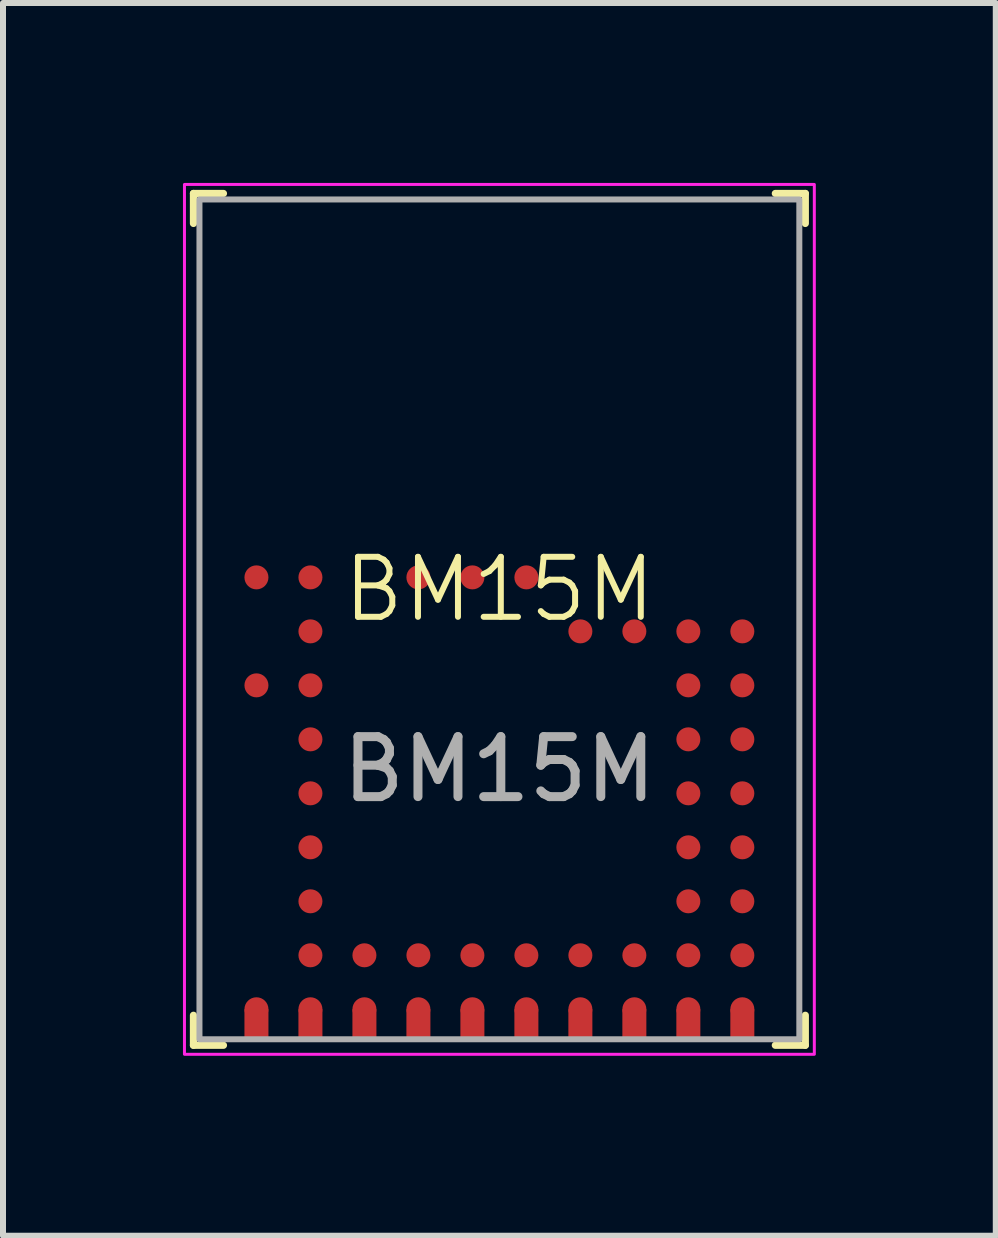
<source format=kicad_pcb>
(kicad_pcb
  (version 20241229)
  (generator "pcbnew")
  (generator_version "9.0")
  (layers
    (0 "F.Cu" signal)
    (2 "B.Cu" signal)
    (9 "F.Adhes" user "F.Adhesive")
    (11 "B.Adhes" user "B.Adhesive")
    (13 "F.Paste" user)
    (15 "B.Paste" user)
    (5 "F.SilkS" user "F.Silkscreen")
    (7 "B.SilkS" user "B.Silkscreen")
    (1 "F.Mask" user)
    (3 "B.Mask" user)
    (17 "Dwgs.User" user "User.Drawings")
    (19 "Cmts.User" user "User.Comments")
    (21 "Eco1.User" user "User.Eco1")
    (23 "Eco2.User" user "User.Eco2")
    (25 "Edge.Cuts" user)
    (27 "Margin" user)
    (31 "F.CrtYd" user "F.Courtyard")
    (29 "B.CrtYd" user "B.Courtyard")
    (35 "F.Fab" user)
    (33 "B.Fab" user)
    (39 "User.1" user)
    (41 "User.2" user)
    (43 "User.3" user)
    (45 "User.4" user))
  (footprint "BM15M"
    (layer "F.Cu")
    (at 5.275 7.275)
    (property "Reference" "BM15M" (at 0 -0.5 0) (unlocked yes) (layer "F.SilkS") (effects (font (size 1 1) (thickness 0.1))))
    (attr smd)
    (fp_line (start -5.1 -6.6) (end -5.1 -7.1) (stroke (width 0.12) (type default)) (layer "F.SilkS"))
    (fp_line (start -5.1 6.6) (end -5.1 7.1) (stroke (width 0.12) (type default)) (layer "F.SilkS"))
    (fp_line (start -4.6 -7.1) (end -5.1 -7.1) (stroke (width 0.12) (type default)) (layer "F.SilkS"))
    (fp_line (start -4.6 7.1) (end -5.1 7.1) (stroke (width 0.12) (type default)) (layer "F.SilkS"))
    (fp_line (start 4.6 -7.1) (end 5.1 -7.1) (stroke (width 0.12) (type default)) (layer "F.SilkS"))
    (fp_line (start 4.6 7.1) (end 5.1 7.1) (stroke (width 0.12) (type default)) (layer "F.SilkS"))
    (fp_line (start 5.1 -6.6) (end 5.1 -7.1) (stroke (width 0.12) (type default)) (layer "F.SilkS"))
    (fp_line (start 5.1 6.6) (end 5.1 7.1) (stroke (width 0.12) (type default)) (layer "F.SilkS"))
    (fp_rect (start -5.25 -7.25) (end 5.25 7.25) (stroke (width 0.05) (type solid)) (fill no) (layer "F.CrtYd"))
    (fp_rect (start -5 -7) (end 5 7) (stroke (width 0.1) (type solid)) (fill no) (layer "F.Fab"))
    (fp_text user "${REFERENCE}" (at 0 2.5 0) (unlocked yes) (layer "F.Fab") (effects (font (size 1 1) (thickness 0.15))))
    (pad "A1" smd circle (at -4.05 -0.7) (size 0.4 0.4) (layers "F.Cu" "F.Mask" "F.Paste"))
    (pad "A3" smd circle (at -4.05 1.1) (size 0.4 0.4) (layers "F.Cu" "F.Mask" "F.Paste"))
    (pad "A9" smd circle (at -4.05 6.5) (size 0.4 0.4) (layers "F.Cu" "F.Mask" "F.Paste"))
    (pad "A9" smd rect (at -4.05 6.75) (size 0.4 0.5) (layers "F.Cu" "F.Mask" "F.Paste"))
    (pad "B1" smd circle (at -3.15 -0.7) (size 0.4 0.4) (layers "F.Cu" "F.Mask" "F.Paste"))
    (pad "B2" smd circle (at -3.15 0.2) (size 0.4 0.4) (layers "F.Cu" "F.Mask" "F.Paste"))
    (pad "B3" smd circle (at -3.15 1.1) (size 0.4 0.4) (layers "F.Cu" "F.Mask" "F.Paste"))
    (pad "B4" smd circle (at -3.15 2 90) (size 0.4 0.4) (layers "F.Cu" "F.Mask" "F.Paste"))
    (pad "B5" smd circle (at -3.15 2.9 90) (size 0.4 0.4) (layers "F.Cu" "F.Mask" "F.Paste"))
    (pad "B6" smd circle (at -3.15 3.8) (size 0.4 0.4) (layers "F.Cu" "F.Mask" "F.Paste"))
    (pad "B7" smd circle (at -3.15 4.7 90) (size 0.4 0.4) (layers "F.Cu" "F.Mask" "F.Paste"))
    (pad "B8" smd circle (at -3.15 5.6 90) (size 0.4 0.4) (layers "F.Cu" "F.Mask" "F.Paste"))
    (pad "B9" smd circle (at -3.15 6.5) (size 0.4 0.4) (layers "F.Cu" "F.Mask" "F.Paste"))
    (pad "B9" smd rect (at -3.15 6.75) (size 0.4 0.5) (layers "F.Cu" "F.Mask" "F.Paste"))
    (pad "C8" smd circle (at -2.25 5.6) (size 0.4 0.4) (layers "F.Cu" "F.Mask" "F.Paste"))
    (pad "C9" smd circle (at -2.25 6.5) (size 0.4 0.4) (layers "F.Cu" "F.Mask" "F.Paste"))
    (pad "C9" smd rect (at -2.25 6.75) (size 0.4 0.5) (layers "F.Cu" "F.Mask" "F.Paste"))
    (pad "D1" smd circle (at -1.35 -0.7) (size 0.4 0.4) (layers "F.Cu" "F.Mask" "F.Paste"))
    (pad "D8" smd circle (at -1.35 5.6) (size 0.4 0.4) (layers "F.Cu" "F.Mask" "F.Paste"))
    (pad "D9" smd circle (at -1.35 6.5) (size 0.4 0.4) (layers "F.Cu" "F.Mask" "F.Paste"))
    (pad "D9" smd rect (at -1.35 6.75) (size 0.4 0.5) (layers "F.Cu" "F.Mask" "F.Paste"))
    (pad "E1" smd circle (at -0.45 -0.7) (size 0.4 0.4) (layers "F.Cu" "F.Mask" "F.Paste"))
    (pad "E8" smd circle (at -0.45 5.6 270) (size 0.4 0.4) (layers "F.Cu" "F.Mask" "F.Paste"))
    (pad "E9" smd circle (at -0.45 6.5) (size 0.4 0.4) (layers "F.Cu" "F.Mask" "F.Paste"))
    (pad "E9" smd rect (at -0.45 6.75) (size 0.4 0.5) (layers "F.Cu" "F.Mask" "F.Paste"))
    (pad "F1" smd circle (at 0.45 -0.7) (size 0.4 0.4) (layers "F.Cu" "F.Mask" "F.Paste"))
    (pad "F8" smd circle (at 0.45 5.6) (size 0.4 0.4) (layers "F.Cu" "F.Mask" "F.Paste"))
    (pad "F9" smd circle (at 0.45 6.5) (size 0.4 0.4) (layers "F.Cu" "F.Mask" "F.Paste"))
    (pad "F9" smd rect (at 0.45 6.75) (size 0.4 0.5) (layers "F.Cu" "F.Mask" "F.Paste"))
    (pad "G2" smd circle (at 1.35 0.2) (size 0.4 0.4) (layers "F.Cu" "F.Mask" "F.Paste"))
    (pad "G8" smd circle (at 1.35 5.6) (size 0.4 0.4) (layers "F.Cu" "F.Mask" "F.Paste"))
    (pad "G9" smd circle (at 1.35 6.5) (size 0.4 0.4) (layers "F.Cu" "F.Mask" "F.Paste"))
    (pad "G9" smd rect (at 1.35 6.75) (size 0.4 0.5) (layers "F.Cu" "F.Mask" "F.Paste"))
    (pad "H2" smd circle (at 2.25 0.2) (size 0.4 0.4) (layers "F.Cu" "F.Mask" "F.Paste"))
    (pad "H8" smd circle (at 2.25 5.6 270) (size 0.4 0.4) (layers "F.Cu" "F.Mask" "F.Paste"))
    (pad "H9" smd circle (at 2.25 6.5) (size 0.4 0.4) (layers "F.Cu" "F.Mask" "F.Paste"))
    (pad "H9" smd rect (at 2.25 6.75) (size 0.4 0.5) (layers "F.Cu" "F.Mask" "F.Paste"))
    (pad "J2" smd circle (at 3.15 0.2) (size 0.4 0.4) (layers "F.Cu" "F.Mask" "F.Paste"))
    (pad "J3" smd circle (at 3.15 1.1) (size 0.4 0.4) (layers "F.Cu" "F.Mask" "F.Paste"))
    (pad "J4" smd circle (at 3.15 2 90) (size 0.4 0.4) (layers "F.Cu" "F.Mask" "F.Paste"))
    (pad "J5" smd circle (at 3.15 2.9 90) (size 0.4 0.4) (layers "F.Cu" "F.Mask" "F.Paste"))
    (pad "J6" smd circle (at 3.15 3.8) (size 0.4 0.4) (layers "F.Cu" "F.Mask" "F.Paste"))
    (pad "J7" smd circle (at 3.15 4.7 90) (size 0.4 0.4) (layers "F.Cu" "F.Mask" "F.Paste"))
    (pad "J8" smd circle (at 3.15 5.6) (size 0.4 0.4) (layers "F.Cu" "F.Mask" "F.Paste"))
    (pad "J9" smd circle (at 3.15 6.5) (size 0.4 0.4) (layers "F.Cu" "F.Mask" "F.Paste"))
    (pad "J9" smd rect (at 3.15 6.75) (size 0.4 0.5) (layers "F.Cu" "F.Mask" "F.Paste"))
    (pad "K2" smd circle (at 4.05 0.2) (size 0.4 0.4) (layers "F.Cu" "F.Mask" "F.Paste"))
    (pad "K3" smd circle (at 4.05 1.1) (size 0.4 0.4) (layers "F.Cu" "F.Mask" "F.Paste"))
    (pad "K4" smd circle (at 4.05 2 90) (size 0.4 0.4) (layers "F.Cu" "F.Mask" "F.Paste"))
    (pad "K5" smd circle (at 4.05 2.9 90) (size 0.4 0.4) (layers "F.Cu" "F.Mask" "F.Paste"))
    (pad "K6" smd circle (at 4.05 3.8) (size 0.4 0.4) (layers "F.Cu" "F.Mask" "F.Paste"))
    (pad "K7" smd circle (at 4.05 4.7 90) (size 0.4 0.4) (layers "F.Cu" "F.Mask" "F.Paste"))
    (pad "K8" smd circle (at 4.05 5.6 270) (size 0.4 0.4) (layers "F.Cu" "F.Mask" "F.Paste"))
    (pad "K9" smd circle (at 4.05 6.5) (size 0.4 0.4) (layers "F.Cu" "F.Mask" "F.Paste"))
    (pad "K9" smd rect (at 4.05 6.75) (size 0.4 0.5) (layers "F.Cu" "F.Mask" "F.Paste"))
    (zone (net_name "") (layers "F.Cu" "B.Cu") (name "Antenna Keepout") (hatch edge 0.5) (connect_pads) (min_thickness 0.25) (filled_areas_thickness no) (keepout (tracks not_allowed) (vias not_allowed) (pads not_allowed) (copperpour not_allowed) (footprints allowed)) (placement (enabled no)) (fill) (polygon (pts (xy 0.275 0.275) (xy 0.275 3.975) (xy 10.275 3.975) (xy 10.275 0.275)))))
  (gr_rect
    (start -3 -3)
    (end 13.55 17.55)
    (stroke (width 0.1) (type default))
    (fill no)
    (layer "Edge.Cuts")))
</source>
